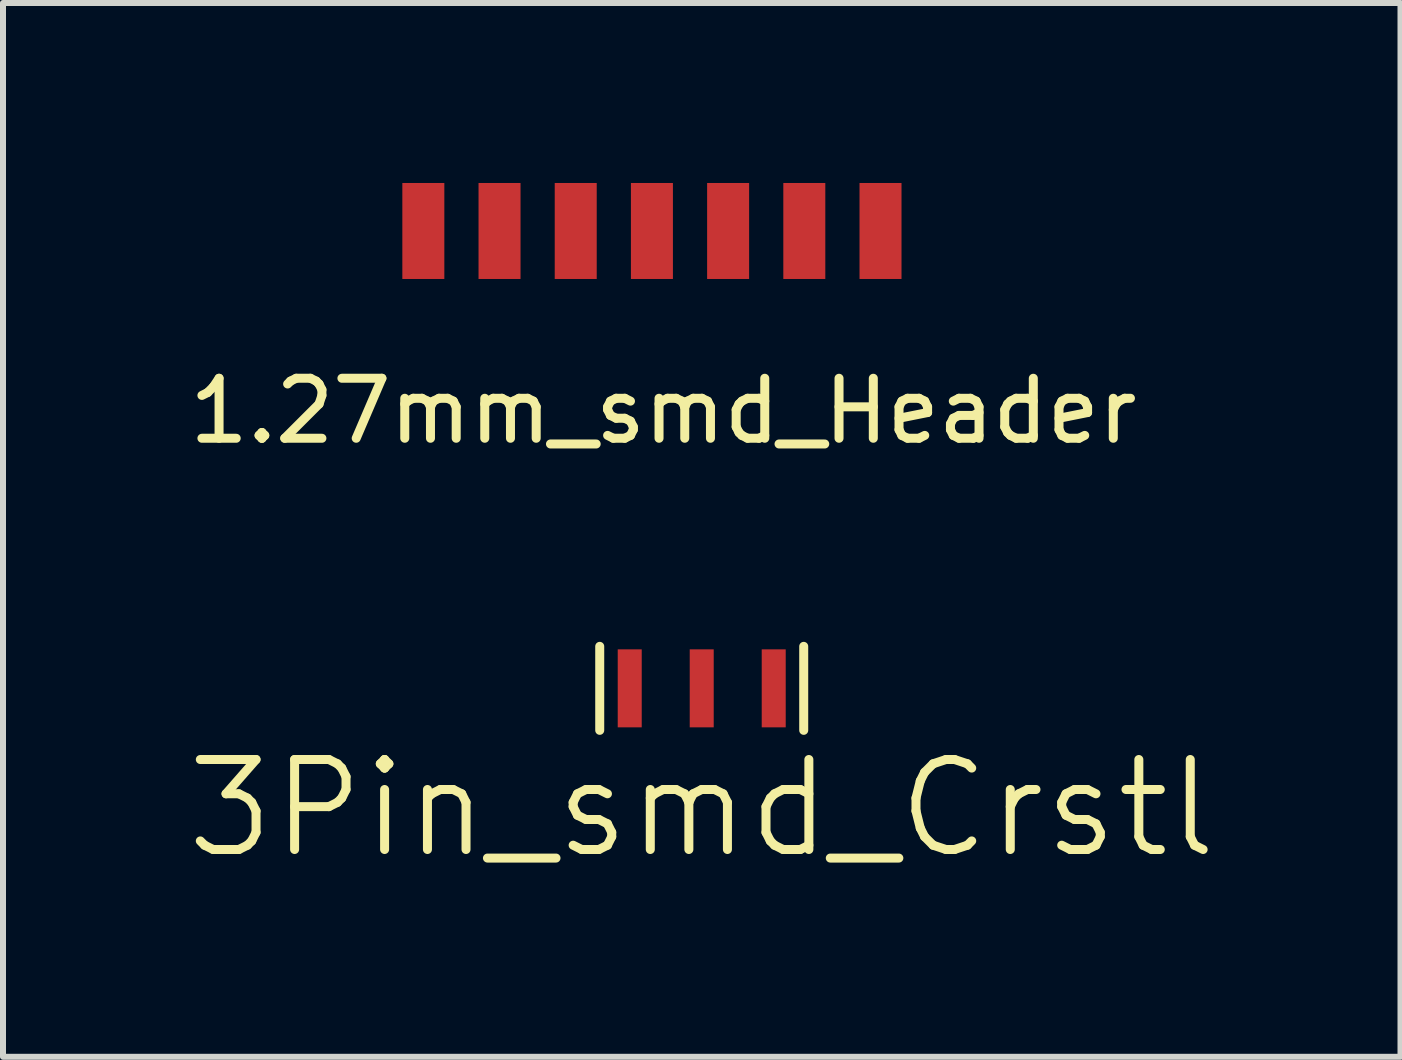
<source format=kicad_pcb>
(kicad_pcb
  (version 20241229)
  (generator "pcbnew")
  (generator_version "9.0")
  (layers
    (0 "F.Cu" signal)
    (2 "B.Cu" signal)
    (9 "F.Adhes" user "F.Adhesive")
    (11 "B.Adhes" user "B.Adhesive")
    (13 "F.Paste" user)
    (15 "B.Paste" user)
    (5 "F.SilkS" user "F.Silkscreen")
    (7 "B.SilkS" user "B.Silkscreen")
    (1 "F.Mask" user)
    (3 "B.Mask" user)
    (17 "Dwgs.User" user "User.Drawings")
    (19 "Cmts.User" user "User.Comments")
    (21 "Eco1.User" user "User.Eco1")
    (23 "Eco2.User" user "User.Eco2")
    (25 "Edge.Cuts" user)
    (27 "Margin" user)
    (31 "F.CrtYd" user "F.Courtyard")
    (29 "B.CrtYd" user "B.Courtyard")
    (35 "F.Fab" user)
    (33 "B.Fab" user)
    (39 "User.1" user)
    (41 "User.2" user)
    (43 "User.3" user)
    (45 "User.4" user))
  (footprint "1.27mm_smd_Header"
    (layer "F.Cu")
    (at 4.006 0.8)
    (property "Reference" "1.27mm_smd_Header" (at 4 3 0) (layer "F.SilkS") (effects (font (size 1 1) (thickness 0.15))))
    (attr through_hole)
    (pad "1" smd rect (at 0 0) (size 0.7 1.6) (layers "F.Cu" "F.Mask" "F.Paste"))
    (pad "2" smd rect (at 1.27 0) (size 0.7 1.6) (layers "F.Cu" "F.Mask" "F.Paste"))
    (pad "3" smd rect (at 2.54 0) (size 0.7 1.6) (layers "F.Cu" "F.Mask" "F.Paste"))
    (pad "4" smd rect (at 3.81 0) (size 0.7 1.6) (layers "F.Cu" "F.Mask" "F.Paste"))
    (pad "5" smd rect (at 5.08 0) (size 0.7 1.6) (layers "F.Cu" "F.Mask" "F.Paste"))
    (pad "6" smd rect (at 6.35 0) (size 0.7 1.6) (layers "F.Cu" "F.Mask" "F.Paste"))
    (pad "7" smd rect (at 7.62 0) (size 0.7 1.6) (layers "F.Cu" "F.Mask" "F.Paste")))
  (footprint "3Pin_smd_Crstl"
    (layer "F.Cu")
    (at 8.646 8.423)
    (property "Reference" "3Pin_smd_Crstl" (at 0 2 0) (layer "F.SilkS") (effects (font (size 1.5 1.5) (thickness 0.15))))
    (attr through_hole)
    (fp_line (start -1.7 -0.7) (end -1.7 0.7) (stroke (width 0.15) (type solid)) (layer "F.SilkS"))
    (fp_line (start 1.7 -0.7) (end 1.7 0.7) (stroke (width 0.15) (type solid)) (layer "F.SilkS"))
    (pad "1" smd rect (at -1.2 0) (size 0.4 1.3) (layers "F.Cu" "F.Mask" "F.Paste"))
    (pad "2" smd rect (at 1.2 0) (size 0.4 1.3) (layers "F.Cu" "F.Mask" "F.Paste"))
    (pad "3" smd rect (at 0 0) (size 0.4 1.3) (layers "F.Cu" "F.Mask" "F.Paste")))
  (gr_rect
    (start -3 -3)
    (end 20.293 14.564)
    (stroke (width 0.1) (type default))
    (fill no)
    (layer "Edge.Cuts")))
</source>
